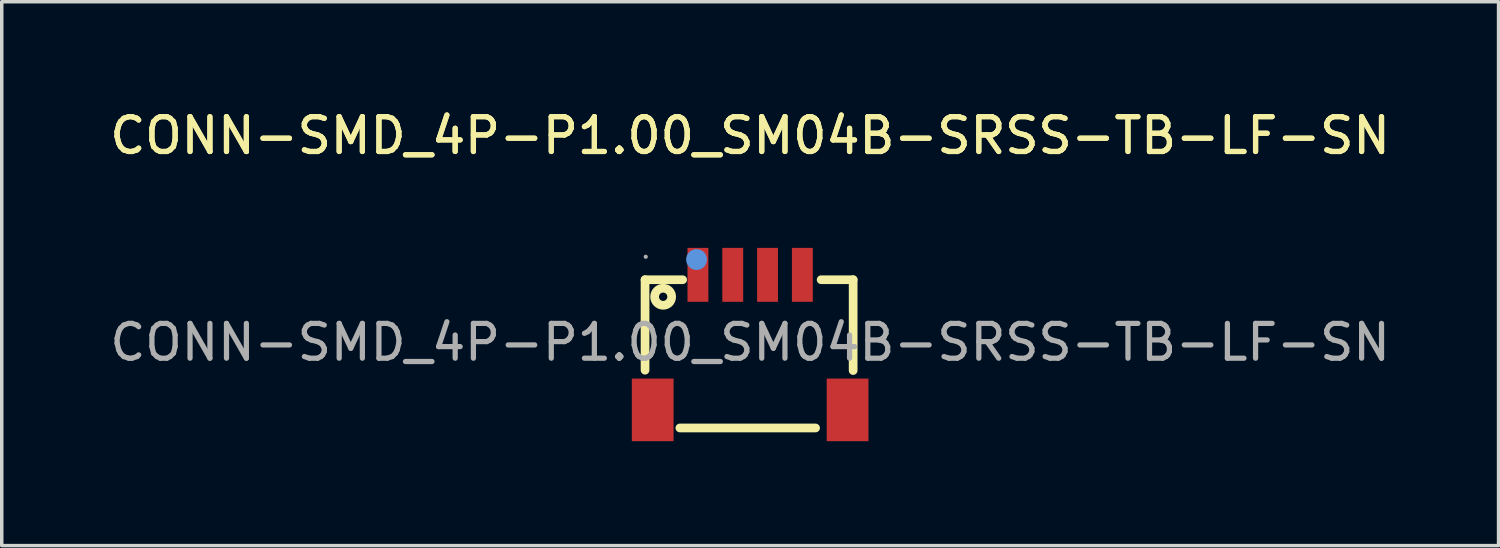
<source format=kicad_pcb>
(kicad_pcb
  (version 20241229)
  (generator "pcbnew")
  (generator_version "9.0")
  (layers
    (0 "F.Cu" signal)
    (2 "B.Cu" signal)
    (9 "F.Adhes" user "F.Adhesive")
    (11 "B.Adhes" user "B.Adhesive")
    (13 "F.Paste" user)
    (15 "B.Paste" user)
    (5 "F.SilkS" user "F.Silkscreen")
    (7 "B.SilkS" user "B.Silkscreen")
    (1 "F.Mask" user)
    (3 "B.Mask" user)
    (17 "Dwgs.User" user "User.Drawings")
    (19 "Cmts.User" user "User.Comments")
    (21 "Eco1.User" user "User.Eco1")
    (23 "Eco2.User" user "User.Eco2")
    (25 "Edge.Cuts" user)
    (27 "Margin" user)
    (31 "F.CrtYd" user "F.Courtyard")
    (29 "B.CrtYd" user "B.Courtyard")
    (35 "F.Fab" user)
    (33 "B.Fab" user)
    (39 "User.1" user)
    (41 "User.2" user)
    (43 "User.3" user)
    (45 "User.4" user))
  (footprint "CONN-SMD_4P-P1.00_SM04B-SRSS-TB-LF-SN"
    (layer "F.Cu")
    (at 18.506 6.788)
    (property "Reference" "CONN-SMD_4P-P1.00_SM04B-SRSS-TB-LF-SN" (at 0 -5.94 0) (layer "F.SilkS") (effects (font (size 1 1) (thickness 0.15))))
    (attr smd)
    (fp_line (start -3.02 -1.8) (end -3.02 0.8) (stroke (width 0.25) (type solid)) (layer "F.SilkS"))
    (fp_line (start -2.02 2.46) (end 1.88 2.46) (stroke (width 0.25) (type solid)) (layer "F.SilkS"))
    (fp_line (start -1.94 -1.8) (end -3.02 -1.8) (stroke (width 0.25) (type solid)) (layer "F.SilkS"))
    (fp_line (start 2.04 -1.8) (end 2.96 -1.8) (stroke (width 0.25) (type solid)) (layer "F.SilkS"))
    (fp_line (start 2.96 -1.8) (end 2.96 0.81) (stroke (width 0.25) (type solid)) (layer "F.SilkS"))
    (fp_circle (center -2.5 -1.31) (end -2.38 -1.31) (stroke (width 0.25) (type solid)) (fill no) (layer "F.SilkS"))
    (fp_circle (center -1.54 -2.38) (end -1.39 -2.38) (stroke (width 0.3) (type solid)) (fill no) (layer "Cmts.User"))
    (fp_circle (center -3 -2.46) (end -2.97 -2.46) (stroke (width 0.06) (type solid)) (fill no) (layer "F.Fab"))
    (fp_text user "${REFERENCE}" (at 0 -5.94 0) (layer "F.SilkS") (effects (font (size 1 1) (thickness 0.15))))
    (fp_text user "${REFERENCE}" (at 0 0 0) (layer "F.Fab") (effects (font (size 1 1) (thickness 0.15))))
    (pad "1" smd rect (at -1.5 -1.94) (size 0.6 1.55) (layers "F.Cu" "F.Mask" "F.Paste"))
    (pad "2" smd rect (at -0.5 -1.94) (size 0.6 1.55) (layers "F.Cu" "F.Mask" "F.Paste"))
    (pad "3" smd rect (at 0.5 -1.94) (size 0.6 1.55) (layers "F.Cu" "F.Mask" "F.Paste"))
    (pad "4" smd rect (at 1.5 -1.94) (size 0.6 1.55) (layers "F.Cu" "F.Mask" "F.Paste"))
    (pad "5" smd rect (at 2.8 1.94) (size 1.2 1.8) (layers "F.Cu" "F.Mask" "F.Paste"))
    (pad "6" smd rect (at -2.8 1.94) (size 1.2 1.8) (layers "F.Cu" "F.Mask" "F.Paste")))
  (gr_rect
    (start -3 -3)
    (end 40.012 12.628)
    (stroke (width 0.1) (type default))
    (fill no)
    (layer "Edge.Cuts")))
</source>
